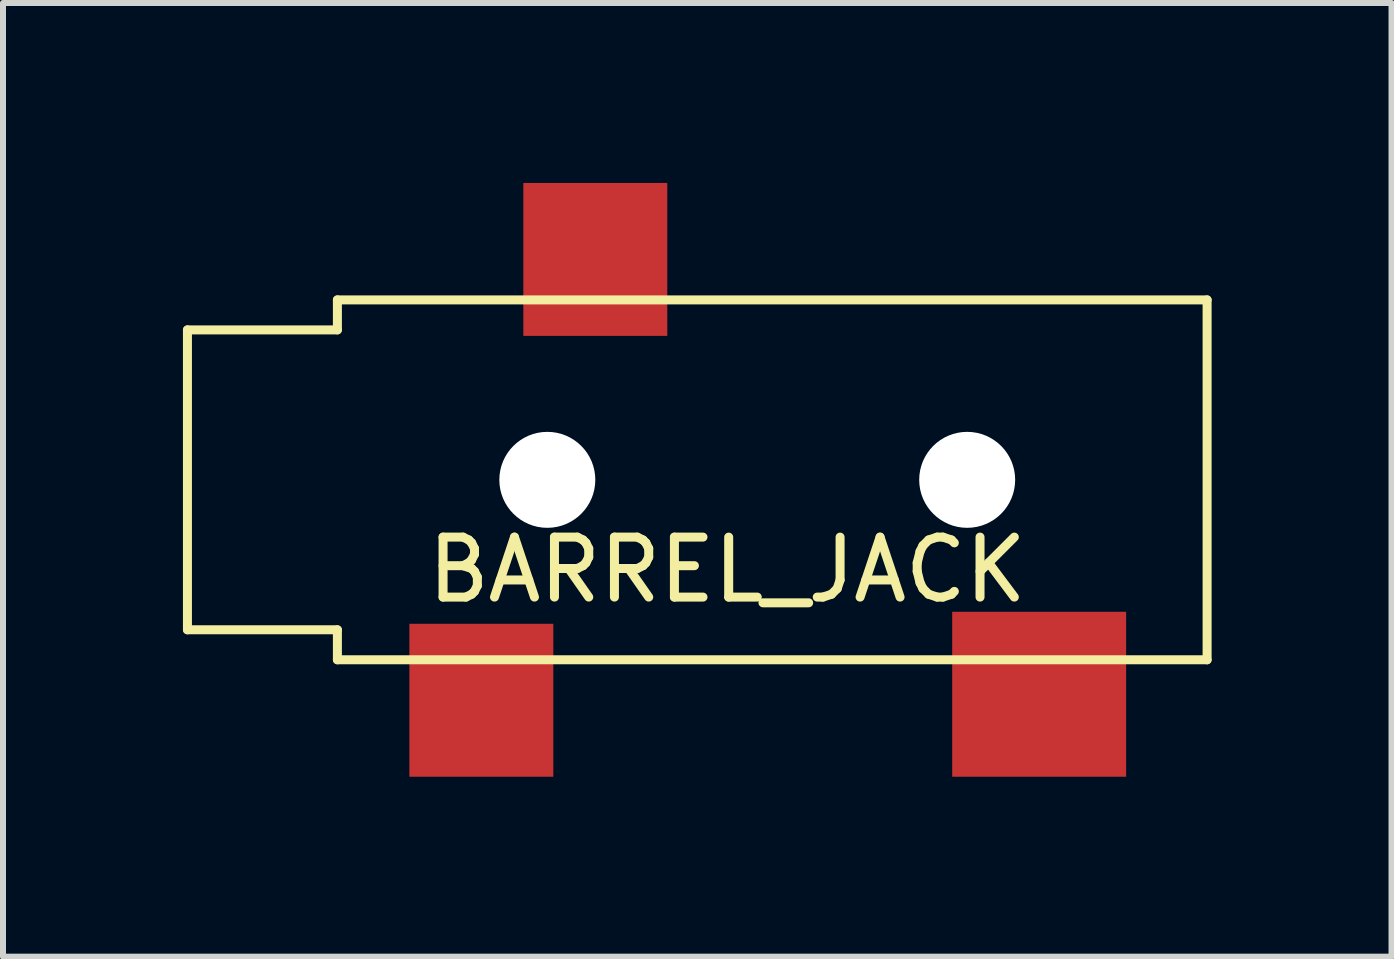
<source format=kicad_pcb>
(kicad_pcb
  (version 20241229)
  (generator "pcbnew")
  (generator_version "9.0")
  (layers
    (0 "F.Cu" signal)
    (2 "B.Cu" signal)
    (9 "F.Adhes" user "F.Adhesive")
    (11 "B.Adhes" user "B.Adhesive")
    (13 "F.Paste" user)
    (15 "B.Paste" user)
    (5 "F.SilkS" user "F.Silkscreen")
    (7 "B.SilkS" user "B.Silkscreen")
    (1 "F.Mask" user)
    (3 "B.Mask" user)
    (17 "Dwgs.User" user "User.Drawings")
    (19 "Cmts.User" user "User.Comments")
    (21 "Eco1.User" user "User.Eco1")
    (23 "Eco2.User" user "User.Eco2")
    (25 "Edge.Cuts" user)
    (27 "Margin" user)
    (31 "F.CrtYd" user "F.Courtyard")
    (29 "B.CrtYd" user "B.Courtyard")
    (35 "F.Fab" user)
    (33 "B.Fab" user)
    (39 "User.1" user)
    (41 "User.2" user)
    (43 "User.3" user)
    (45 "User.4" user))
  (footprint "BARREL_JACK"
    (layer "F.Cu")
    (at 2.575 4.95)
    (property "Reference" "BARREL_JACK" (at 6.5 1.5 180) (layer "F.SilkS") (effects (font (size 1 1) (thickness 0.15))))
    (attr through_hole)
    (fp_line (start -2.5 -2.5) (end -2.5 2.5) (stroke (width 0.15) (type solid)) (layer "F.SilkS"))
    (fp_line (start -2.5 2.5) (end 0 2.5) (stroke (width 0.15) (type solid)) (layer "F.SilkS"))
    (fp_line (start 0 -3) (end 0 -2.5) (stroke (width 0.15) (type solid)) (layer "F.SilkS"))
    (fp_line (start 0 -3) (end 14.5 -3) (stroke (width 0.15) (type solid)) (layer "F.SilkS"))
    (fp_line (start 0 -2.5) (end -2.5 -2.5) (stroke (width 0.15) (type solid)) (layer "F.SilkS"))
    (fp_line (start 0 2.5) (end 0 3) (stroke (width 0.15) (type solid)) (layer "F.SilkS"))
    (fp_line (start 14.5 -3) (end 14.5 3) (stroke (width 0.15) (type solid)) (layer "F.SilkS"))
    (fp_line (start 14.5 3) (end 0 3) (stroke (width 0.15) (type solid)) (layer "F.SilkS"))
    (pad "" np_thru_hole circle (at 3.5 0) (size 1.6 1.6) (drill 1.6) (layers "*.Cu" "*.Mask"))
    (pad "" np_thru_hole circle (at 10.5 0) (size 1.6 1.6) (drill 1.6) (layers "*.Cu" "*.Mask"))
    (pad "1" smd rect (at 4.3 -3.675) (size 2.4 2.55) (layers "F.Cu" "F.Mask" "F.Paste"))
    (pad "4" smd rect (at 11.7 3.575) (size 2.9 2.75) (layers "F.Cu" "F.Mask" "F.Paste"))
    (pad "5" smd rect (at 2.4 3.675) (size 2.4 2.55) (layers "F.Cu" "F.Mask" "F.Paste")))
  (gr_rect
    (start -3 -3)
    (end 20.15 12.9)
    (stroke (width 0.1) (type default))
    (fill no)
    (layer "Edge.Cuts")))
</source>
